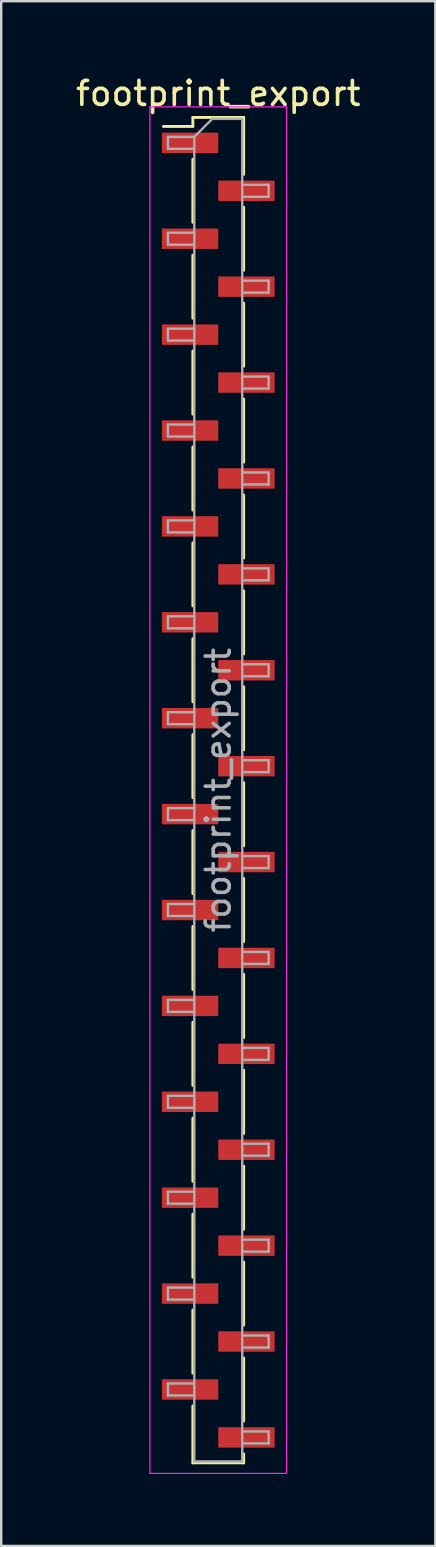
<source format=kicad_pcb>
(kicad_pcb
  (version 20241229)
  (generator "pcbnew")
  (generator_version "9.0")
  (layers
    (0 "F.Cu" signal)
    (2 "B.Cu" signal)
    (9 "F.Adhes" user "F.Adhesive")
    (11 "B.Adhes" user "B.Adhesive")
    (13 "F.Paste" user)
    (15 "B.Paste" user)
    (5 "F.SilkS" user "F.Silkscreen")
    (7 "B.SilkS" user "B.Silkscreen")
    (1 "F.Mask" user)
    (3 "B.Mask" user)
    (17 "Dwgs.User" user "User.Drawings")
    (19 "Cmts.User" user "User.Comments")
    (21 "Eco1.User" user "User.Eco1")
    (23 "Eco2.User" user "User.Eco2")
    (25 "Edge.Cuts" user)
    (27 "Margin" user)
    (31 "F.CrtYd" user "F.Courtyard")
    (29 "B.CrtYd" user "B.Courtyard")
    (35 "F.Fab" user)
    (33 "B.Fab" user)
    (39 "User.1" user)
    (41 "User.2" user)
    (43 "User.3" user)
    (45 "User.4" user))
  (footprint "footprint_export"
    (layer "F.Cu")
    (at 6.054 29.908)
    (property "Reference" "footprint_export" (at 0 -29.06 0) (layer "F.SilkS") (effects (font (size 1 1) (thickness 0.15))))
    (attr smd)
    (fp_line (start -1.06 -28.06) (end -1.06 -27.685) (stroke (width 0.12) (type solid)) (layer "F.SilkS"))
    (fp_line (start -1.06 -28.06) (end 1.06 -28.06) (stroke (width 0.12) (type solid)) (layer "F.SilkS"))
    (fp_line (start -1.06 -27.685) (end -2.29 -27.685) (stroke (width 0.12) (type solid)) (layer "F.SilkS"))
    (fp_line (start -1.06 -26.315) (end -1.06 -23.685) (stroke (width 0.12) (type solid)) (layer "F.SilkS"))
    (fp_line (start -1.06 -22.315) (end -1.06 -19.685) (stroke (width 0.12) (type solid)) (layer "F.SilkS"))
    (fp_line (start -1.06 -18.315) (end -1.06 -15.685) (stroke (width 0.12) (type solid)) (layer "F.SilkS"))
    (fp_line (start -1.06 -14.315) (end -1.06 -11.685) (stroke (width 0.12) (type solid)) (layer "F.SilkS"))
    (fp_line (start -1.06 -10.315) (end -1.06 -7.685) (stroke (width 0.12) (type solid)) (layer "F.SilkS"))
    (fp_line (start -1.06 -6.315) (end -1.06 -3.685) (stroke (width 0.12) (type solid)) (layer "F.SilkS"))
    (fp_line (start -1.06 -2.315) (end -1.06 0.315) (stroke (width 0.12) (type solid)) (layer "F.SilkS"))
    (fp_line (start -1.06 1.685) (end -1.06 4.315) (stroke (width 0.12) (type solid)) (layer "F.SilkS"))
    (fp_line (start -1.06 5.685) (end -1.06 8.315) (stroke (width 0.12) (type solid)) (layer "F.SilkS"))
    (fp_line (start -1.06 9.685) (end -1.06 12.315) (stroke (width 0.12) (type solid)) (layer "F.SilkS"))
    (fp_line (start -1.06 13.685) (end -1.06 16.315) (stroke (width 0.12) (type solid)) (layer "F.SilkS"))
    (fp_line (start -1.06 17.685) (end -1.06 20.315) (stroke (width 0.12) (type solid)) (layer "F.SilkS"))
    (fp_line (start -1.06 21.685) (end -1.06 24.315) (stroke (width 0.12) (type solid)) (layer "F.SilkS"))
    (fp_line (start -1.06 25.685) (end -1.06 28.06) (stroke (width 0.12) (type solid)) (layer "F.SilkS"))
    (fp_line (start -1.06 28.06) (end 1.06 28.06) (stroke (width 0.12) (type solid)) (layer "F.SilkS"))
    (fp_line (start 1.06 -28.06) (end 1.06 -25.685) (stroke (width 0.12) (type solid)) (layer "F.SilkS"))
    (fp_line (start 1.06 -24.315) (end 1.06 -21.685) (stroke (width 0.12) (type solid)) (layer "F.SilkS"))
    (fp_line (start 1.06 -20.315) (end 1.06 -17.685) (stroke (width 0.12) (type solid)) (layer "F.SilkS"))
    (fp_line (start 1.06 -16.315) (end 1.06 -13.685) (stroke (width 0.12) (type solid)) (layer "F.SilkS"))
    (fp_line (start 1.06 -12.315) (end 1.06 -9.685) (stroke (width 0.12) (type solid)) (layer "F.SilkS"))
    (fp_line (start 1.06 -8.315) (end 1.06 -5.685) (stroke (width 0.12) (type solid)) (layer "F.SilkS"))
    (fp_line (start 1.06 -4.315) (end 1.06 -1.685) (stroke (width 0.12) (type solid)) (layer "F.SilkS"))
    (fp_line (start 1.06 -0.315) (end 1.06 2.315) (stroke (width 0.12) (type solid)) (layer "F.SilkS"))
    (fp_line (start 1.06 3.685) (end 1.06 6.315) (stroke (width 0.12) (type solid)) (layer "F.SilkS"))
    (fp_line (start 1.06 7.685) (end 1.06 10.315) (stroke (width 0.12) (type solid)) (layer "F.SilkS"))
    (fp_line (start 1.06 11.685) (end 1.06 14.315) (stroke (width 0.12) (type solid)) (layer "F.SilkS"))
    (fp_line (start 1.06 15.685) (end 1.06 18.315) (stroke (width 0.12) (type solid)) (layer "F.SilkS"))
    (fp_line (start 1.06 19.685) (end 1.06 22.315) (stroke (width 0.12) (type solid)) (layer "F.SilkS"))
    (fp_line (start 1.06 23.685) (end 1.06 26.315) (stroke (width 0.12) (type solid)) (layer "F.SilkS"))
    (fp_line (start 1.06 27.685) (end 1.06 28.06) (stroke (width 0.12) (type solid)) (layer "F.SilkS"))
    (fp_line (start -2.85 -28.5) (end -2.85 28.5) (stroke (width 0.05) (type solid)) (layer "F.CrtYd"))
    (fp_line (start -2.85 28.5) (end 2.85 28.5) (stroke (width 0.05) (type solid)) (layer "F.CrtYd"))
    (fp_line (start 2.85 -28.5) (end -2.85 -28.5) (stroke (width 0.05) (type solid)) (layer "F.CrtYd"))
    (fp_line (start 2.85 28.5) (end 2.85 -28.5) (stroke (width 0.05) (type solid)) (layer "F.CrtYd"))
    (fp_line (start -2.1 -27.25) (end -2.1 -26.75) (stroke (width 0.1) (type solid)) (layer "F.Fab"))
    (fp_line (start -2.1 -26.75) (end -1 -26.75) (stroke (width 0.1) (type solid)) (layer "F.Fab"))
    (fp_line (start -2.1 -23.25) (end -2.1 -22.75) (stroke (width 0.1) (type solid)) (layer "F.Fab"))
    (fp_line (start -2.1 -22.75) (end -1 -22.75) (stroke (width 0.1) (type solid)) (layer "F.Fab"))
    (fp_line (start -2.1 -19.25) (end -2.1 -18.75) (stroke (width 0.1) (type solid)) (layer "F.Fab"))
    (fp_line (start -2.1 -18.75) (end -1 -18.75) (stroke (width 0.1) (type solid)) (layer "F.Fab"))
    (fp_line (start -2.1 -15.25) (end -2.1 -14.75) (stroke (width 0.1) (type solid)) (layer "F.Fab"))
    (fp_line (start -2.1 -14.75) (end -1 -14.75) (stroke (width 0.1) (type solid)) (layer "F.Fab"))
    (fp_line (start -2.1 -11.25) (end -2.1 -10.75) (stroke (width 0.1) (type solid)) (layer "F.Fab"))
    (fp_line (start -2.1 -10.75) (end -1 -10.75) (stroke (width 0.1) (type solid)) (layer "F.Fab"))
    (fp_line (start -2.1 -7.25) (end -2.1 -6.75) (stroke (width 0.1) (type solid)) (layer "F.Fab"))
    (fp_line (start -2.1 -6.75) (end -1 -6.75) (stroke (width 0.1) (type solid)) (layer "F.Fab"))
    (fp_line (start -2.1 -3.25) (end -2.1 -2.75) (stroke (width 0.1) (type solid)) (layer "F.Fab"))
    (fp_line (start -2.1 -2.75) (end -1 -2.75) (stroke (width 0.1) (type solid)) (layer "F.Fab"))
    (fp_line (start -2.1 0.75) (end -2.1 1.25) (stroke (width 0.1) (type solid)) (layer "F.Fab"))
    (fp_line (start -2.1 1.25) (end -1 1.25) (stroke (width 0.1) (type solid)) (layer "F.Fab"))
    (fp_line (start -2.1 4.75) (end -2.1 5.25) (stroke (width 0.1) (type solid)) (layer "F.Fab"))
    (fp_line (start -2.1 5.25) (end -1 5.25) (stroke (width 0.1) (type solid)) (layer "F.Fab"))
    (fp_line (start -2.1 8.75) (end -2.1 9.25) (stroke (width 0.1) (type solid)) (layer "F.Fab"))
    (fp_line (start -2.1 9.25) (end -1 9.25) (stroke (width 0.1) (type solid)) (layer "F.Fab"))
    (fp_line (start -2.1 12.75) (end -2.1 13.25) (stroke (width 0.1) (type solid)) (layer "F.Fab"))
    (fp_line (start -2.1 13.25) (end -1 13.25) (stroke (width 0.1) (type solid)) (layer "F.Fab"))
    (fp_line (start -2.1 16.75) (end -2.1 17.25) (stroke (width 0.1) (type solid)) (layer "F.Fab"))
    (fp_line (start -2.1 17.25) (end -1 17.25) (stroke (width 0.1) (type solid)) (layer "F.Fab"))
    (fp_line (start -2.1 20.75) (end -2.1 21.25) (stroke (width 0.1) (type solid)) (layer "F.Fab"))
    (fp_line (start -2.1 21.25) (end -1 21.25) (stroke (width 0.1) (type solid)) (layer "F.Fab"))
    (fp_line (start -2.1 24.75) (end -2.1 25.25) (stroke (width 0.1) (type solid)) (layer "F.Fab"))
    (fp_line (start -2.1 25.25) (end -1 25.25) (stroke (width 0.1) (type solid)) (layer "F.Fab"))
    (fp_line (start -1 -27.25) (end -2.1 -27.25) (stroke (width 0.1) (type solid)) (layer "F.Fab"))
    (fp_line (start -1 -27.25) (end -0.25 -28) (stroke (width 0.1) (type solid)) (layer "F.Fab"))
    (fp_line (start -1 -23.25) (end -2.1 -23.25) (stroke (width 0.1) (type solid)) (layer "F.Fab"))
    (fp_line (start -1 -19.25) (end -2.1 -19.25) (stroke (width 0.1) (type solid)) (layer "F.Fab"))
    (fp_line (start -1 -15.25) (end -2.1 -15.25) (stroke (width 0.1) (type solid)) (layer "F.Fab"))
    (fp_line (start -1 -11.25) (end -2.1 -11.25) (stroke (width 0.1) (type solid)) (layer "F.Fab"))
    (fp_line (start -1 -7.25) (end -2.1 -7.25) (stroke (width 0.1) (type solid)) (layer "F.Fab"))
    (fp_line (start -1 -3.25) (end -2.1 -3.25) (stroke (width 0.1) (type solid)) (layer "F.Fab"))
    (fp_line (start -1 0.75) (end -2.1 0.75) (stroke (width 0.1) (type solid)) (layer "F.Fab"))
    (fp_line (start -1 4.75) (end -2.1 4.75) (stroke (width 0.1) (type solid)) (layer "F.Fab"))
    (fp_line (start -1 8.75) (end -2.1 8.75) (stroke (width 0.1) (type solid)) (layer "F.Fab"))
    (fp_line (start -1 12.75) (end -2.1 12.75) (stroke (width 0.1) (type solid)) (layer "F.Fab"))
    (fp_line (start -1 16.75) (end -2.1 16.75) (stroke (width 0.1) (type solid)) (layer "F.Fab"))
    (fp_line (start -1 20.75) (end -2.1 20.75) (stroke (width 0.1) (type solid)) (layer "F.Fab"))
    (fp_line (start -1 24.75) (end -2.1 24.75) (stroke (width 0.1) (type solid)) (layer "F.Fab"))
    (fp_line (start -1 28) (end -1 -27.25) (stroke (width 0.1) (type solid)) (layer "F.Fab"))
    (fp_line (start -0.25 -28) (end 1 -28) (stroke (width 0.1) (type solid)) (layer "F.Fab"))
    (fp_line (start 1 -28) (end 1 28) (stroke (width 0.1) (type solid)) (layer "F.Fab"))
    (fp_line (start 1 -25.25) (end 2.1 -25.25) (stroke (width 0.1) (type solid)) (layer "F.Fab"))
    (fp_line (start 1 -21.25) (end 2.1 -21.25) (stroke (width 0.1) (type solid)) (layer "F.Fab"))
    (fp_line (start 1 -17.25) (end 2.1 -17.25) (stroke (width 0.1) (type solid)) (layer "F.Fab"))
    (fp_line (start 1 -13.25) (end 2.1 -13.25) (stroke (width 0.1) (type solid)) (layer "F.Fab"))
    (fp_line (start 1 -9.25) (end 2.1 -9.25) (stroke (width 0.1) (type solid)) (layer "F.Fab"))
    (fp_line (start 1 -5.25) (end 2.1 -5.25) (stroke (width 0.1) (type solid)) (layer "F.Fab"))
    (fp_line (start 1 -1.25) (end 2.1 -1.25) (stroke (width 0.1) (type solid)) (layer "F.Fab"))
    (fp_line (start 1 2.75) (end 2.1 2.75) (stroke (width 0.1) (type solid)) (layer "F.Fab"))
    (fp_line (start 1 6.75) (end 2.1 6.75) (stroke (width 0.1) (type solid)) (layer "F.Fab"))
    (fp_line (start 1 10.75) (end 2.1 10.75) (stroke (width 0.1) (type solid)) (layer "F.Fab"))
    (fp_line (start 1 14.75) (end 2.1 14.75) (stroke (width 0.1) (type solid)) (layer "F.Fab"))
    (fp_line (start 1 18.75) (end 2.1 18.75) (stroke (width 0.1) (type solid)) (layer "F.Fab"))
    (fp_line (start 1 22.75) (end 2.1 22.75) (stroke (width 0.1) (type solid)) (layer "F.Fab"))
    (fp_line (start 1 26.75) (end 2.1 26.75) (stroke (width 0.1) (type solid)) (layer "F.Fab"))
    (fp_line (start 1 28) (end -1 28) (stroke (width 0.1) (type solid)) (layer "F.Fab"))
    (fp_line (start 2.1 -25.25) (end 2.1 -24.75) (stroke (width 0.1) (type solid)) (layer "F.Fab"))
    (fp_line (start 2.1 -24.75) (end 1 -24.75) (stroke (width 0.1) (type solid)) (layer "F.Fab"))
    (fp_line (start 2.1 -21.25) (end 2.1 -20.75) (stroke (width 0.1) (type solid)) (layer "F.Fab"))
    (fp_line (start 2.1 -20.75) (end 1 -20.75) (stroke (width 0.1) (type solid)) (layer "F.Fab"))
    (fp_line (start 2.1 -17.25) (end 2.1 -16.75) (stroke (width 0.1) (type solid)) (layer "F.Fab"))
    (fp_line (start 2.1 -16.75) (end 1 -16.75) (stroke (width 0.1) (type solid)) (layer "F.Fab"))
    (fp_line (start 2.1 -13.25) (end 2.1 -12.75) (stroke (width 0.1) (type solid)) (layer "F.Fab"))
    (fp_line (start 2.1 -12.75) (end 1 -12.75) (stroke (width 0.1) (type solid)) (layer "F.Fab"))
    (fp_line (start 2.1 -9.25) (end 2.1 -8.75) (stroke (width 0.1) (type solid)) (layer "F.Fab"))
    (fp_line (start 2.1 -8.75) (end 1 -8.75) (stroke (width 0.1) (type solid)) (layer "F.Fab"))
    (fp_line (start 2.1 -5.25) (end 2.1 -4.75) (stroke (width 0.1) (type solid)) (layer "F.Fab"))
    (fp_line (start 2.1 -4.75) (end 1 -4.75) (stroke (width 0.1) (type solid)) (layer "F.Fab"))
    (fp_line (start 2.1 -1.25) (end 2.1 -0.75) (stroke (width 0.1) (type solid)) (layer "F.Fab"))
    (fp_line (start 2.1 -0.75) (end 1 -0.75) (stroke (width 0.1) (type solid)) (layer "F.Fab"))
    (fp_line (start 2.1 2.75) (end 2.1 3.25) (stroke (width 0.1) (type solid)) (layer "F.Fab"))
    (fp_line (start 2.1 3.25) (end 1 3.25) (stroke (width 0.1) (type solid)) (layer "F.Fab"))
    (fp_line (start 2.1 6.75) (end 2.1 7.25) (stroke (width 0.1) (type solid)) (layer "F.Fab"))
    (fp_line (start 2.1 7.25) (end 1 7.25) (stroke (width 0.1) (type solid)) (layer "F.Fab"))
    (fp_line (start 2.1 10.75) (end 2.1 11.25) (stroke (width 0.1) (type solid)) (layer "F.Fab"))
    (fp_line (start 2.1 11.25) (end 1 11.25) (stroke (width 0.1) (type solid)) (layer "F.Fab"))
    (fp_line (start 2.1 14.75) (end 2.1 15.25) (stroke (width 0.1) (type solid)) (layer "F.Fab"))
    (fp_line (start 2.1 15.25) (end 1 15.25) (stroke (width 0.1) (type solid)) (layer "F.Fab"))
    (fp_line (start 2.1 18.75) (end 2.1 19.25) (stroke (width 0.1) (type solid)) (layer "F.Fab"))
    (fp_line (start 2.1 19.25) (end 1 19.25) (stroke (width 0.1) (type solid)) (layer "F.Fab"))
    (fp_line (start 2.1 22.75) (end 2.1 23.25) (stroke (width 0.1) (type solid)) (layer "F.Fab"))
    (fp_line (start 2.1 23.25) (end 1 23.25) (stroke (width 0.1) (type solid)) (layer "F.Fab"))
    (fp_line (start 2.1 26.75) (end 2.1 27.25) (stroke (width 0.1) (type solid)) (layer "F.Fab"))
    (fp_line (start 2.1 27.25) (end 1 27.25) (stroke (width 0.1) (type solid)) (layer "F.Fab"))
    (fp_text user "${REFERENCE}" (at 0 0 90) (layer "F.Fab") (effects (font (size 1 1) (thickness 0.15))))
    (pad "1" smd rect (at -1.175 -27) (size 2.35 0.85) (layers "F.Cu" "F.Mask" "F.Paste"))
    (pad "2" smd rect (at 1.175 -25) (size 2.35 0.85) (layers "F.Cu" "F.Mask" "F.Paste"))
    (pad "3" smd rect (at -1.175 -23) (size 2.35 0.85) (layers "F.Cu" "F.Mask" "F.Paste"))
    (pad "4" smd rect (at 1.175 -21) (size 2.35 0.85) (layers "F.Cu" "F.Mask" "F.Paste"))
    (pad "5" smd rect (at -1.175 -19) (size 2.35 0.85) (layers "F.Cu" "F.Mask" "F.Paste"))
    (pad "6" smd rect (at 1.175 -17) (size 2.35 0.85) (layers "F.Cu" "F.Mask" "F.Paste"))
    (pad "7" smd rect (at -1.175 -15) (size 2.35 0.85) (layers "F.Cu" "F.Mask" "F.Paste"))
    (pad "8" smd rect (at 1.175 -13) (size 2.35 0.85) (layers "F.Cu" "F.Mask" "F.Paste"))
    (pad "9" smd rect (at -1.175 -11) (size 2.35 0.85) (layers "F.Cu" "F.Mask" "F.Paste"))
    (pad "10" smd rect (at 1.175 -9) (size 2.35 0.85) (layers "F.Cu" "F.Mask" "F.Paste"))
    (pad "11" smd rect (at -1.175 -7) (size 2.35 0.85) (layers "F.Cu" "F.Mask" "F.Paste"))
    (pad "12" smd rect (at 1.175 -5) (size 2.35 0.85) (layers "F.Cu" "F.Mask" "F.Paste"))
    (pad "13" smd rect (at -1.175 -3) (size 2.35 0.85) (layers "F.Cu" "F.Mask" "F.Paste"))
    (pad "14" smd rect (at 1.175 -1) (size 2.35 0.85) (layers "F.Cu" "F.Mask" "F.Paste"))
    (pad "15" smd rect (at -1.175 1) (size 2.35 0.85) (layers "F.Cu" "F.Mask" "F.Paste"))
    (pad "16" smd rect (at 1.175 3) (size 2.35 0.85) (layers "F.Cu" "F.Mask" "F.Paste"))
    (pad "17" smd rect (at -1.175 5) (size 2.35 0.85) (layers "F.Cu" "F.Mask" "F.Paste"))
    (pad "18" smd rect (at 1.175 7) (size 2.35 0.85) (layers "F.Cu" "F.Mask" "F.Paste"))
    (pad "19" smd rect (at -1.175 9) (size 2.35 0.85) (layers "F.Cu" "F.Mask" "F.Paste"))
    (pad "20" smd rect (at 1.175 11) (size 2.35 0.85) (layers "F.Cu" "F.Mask" "F.Paste"))
    (pad "21" smd rect (at -1.175 13) (size 2.35 0.85) (layers "F.Cu" "F.Mask" "F.Paste"))
    (pad "22" smd rect (at 1.175 15) (size 2.35 0.85) (layers "F.Cu" "F.Mask" "F.Paste"))
    (pad "23" smd rect (at -1.175 17) (size 2.35 0.85) (layers "F.Cu" "F.Mask" "F.Paste"))
    (pad "24" smd rect (at 1.175 19) (size 2.35 0.85) (layers "F.Cu" "F.Mask" "F.Paste"))
    (pad "25" smd rect (at -1.175 21) (size 2.35 0.85) (layers "F.Cu" "F.Mask" "F.Paste"))
    (pad "26" smd rect (at 1.175 23) (size 2.35 0.85) (layers "F.Cu" "F.Mask" "F.Paste"))
    (pad "27" smd rect (at -1.175 25) (size 2.35 0.85) (layers "F.Cu" "F.Mask" "F.Paste"))
    (pad "28" smd rect (at 1.175 27) (size 2.35 0.85) (layers "F.Cu" "F.Mask" "F.Paste")))
  (gr_rect
    (start -3 -3)
    (end 15.107 61.433)
    (stroke (width 0.1) (type default))
    (fill no)
    (layer "Edge.Cuts")))
</source>
